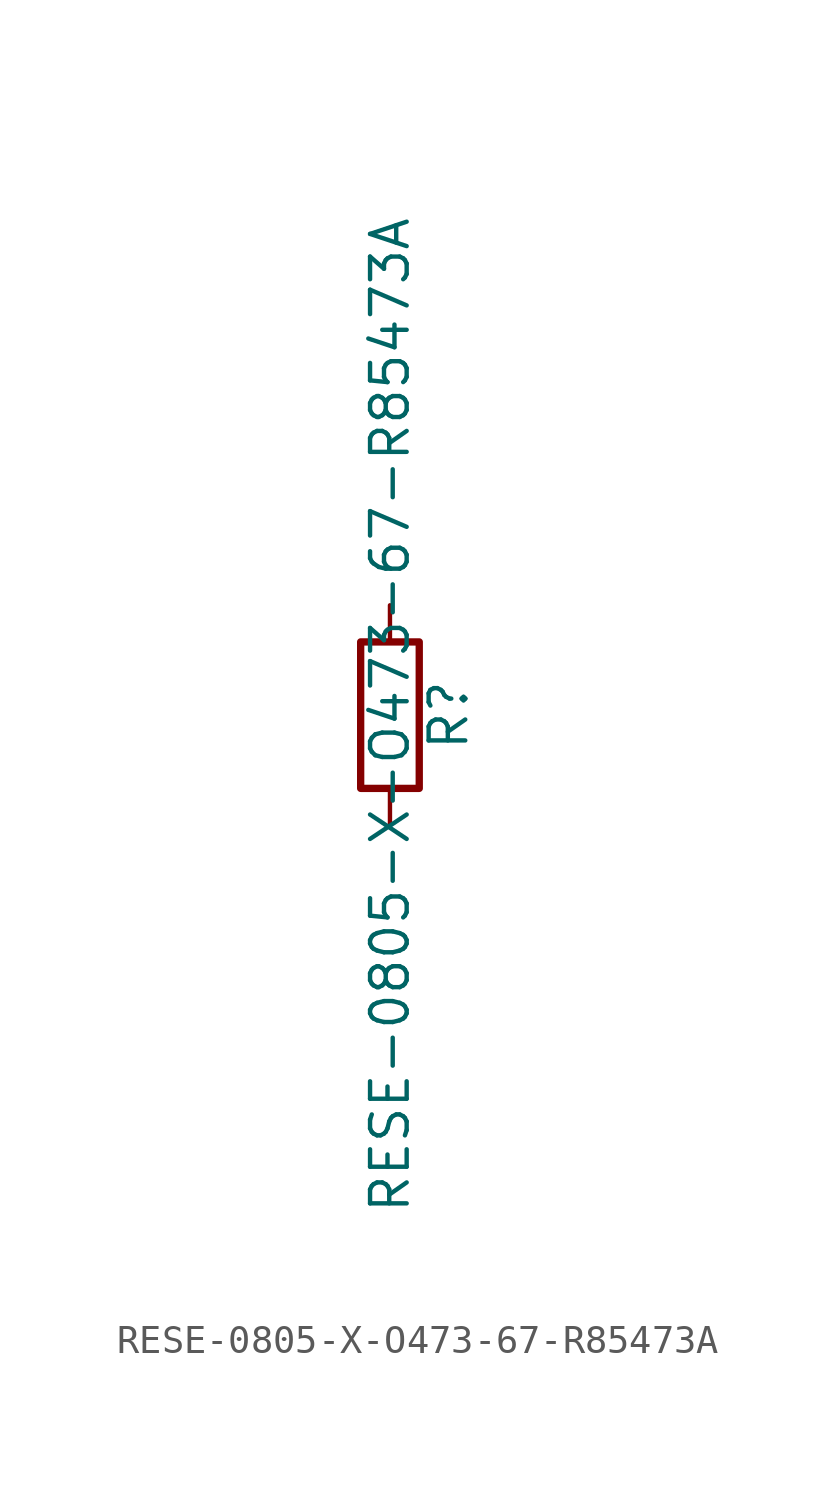
<source format=kicad_sym>
(kicad_symbol_lib
  (version 20211014)
  (generator kicad_symbol_editor)
  (symbol "RESE-0805-X-O473-67-R85473A"
    (pin_numbers hide)
    (pin_names
      (offset 0))
    (property "Reference" "R"
      (at 2.032 0 90)
      (effects (font (size 1.27 1.27))))
    (property "Value" "RESE-0805-X-O473-67-R85473A"
      (at 0 0 90)
      (effects (font (size 1.27 1.27))))
    (symbol "RESE-0805-X-O473-67-R85473A_0_1"
      (rectangle (start -1.016 -2.54) (end 1.016 2.54) (stroke (width 0.254) (type default) (color 0 0 0 0)) (fill (type none))))
    (symbol "RESE-0805-X-O473-67-R85473A_1_1"
      (pin passive line (at 0 3.81 270) (length 1.27) (name "~" (effects (font (size 1.27 1.27)))) (number "1" (effects (font (size 1.27 1.27)))))
      (pin passive line (at 0 -3.81 90) (length 1.27) (name "~" (effects (font (size 1.27 1.27)))) (number "2" (effects (font (size 1.27 1.27))))))))
</source>
